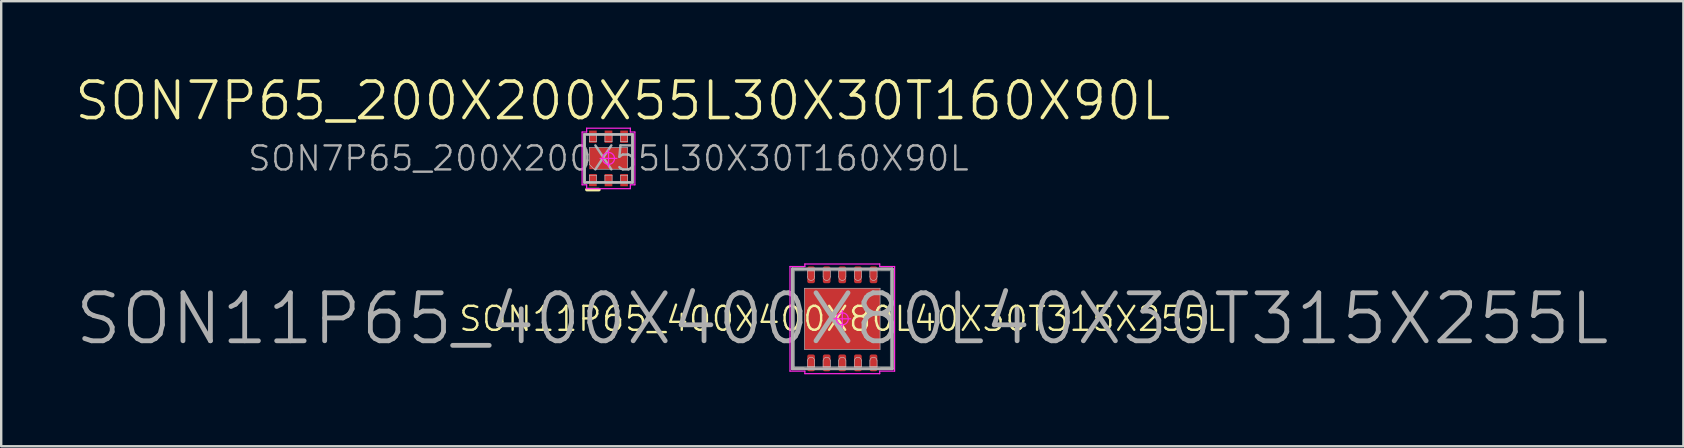
<source format=kicad_pcb>
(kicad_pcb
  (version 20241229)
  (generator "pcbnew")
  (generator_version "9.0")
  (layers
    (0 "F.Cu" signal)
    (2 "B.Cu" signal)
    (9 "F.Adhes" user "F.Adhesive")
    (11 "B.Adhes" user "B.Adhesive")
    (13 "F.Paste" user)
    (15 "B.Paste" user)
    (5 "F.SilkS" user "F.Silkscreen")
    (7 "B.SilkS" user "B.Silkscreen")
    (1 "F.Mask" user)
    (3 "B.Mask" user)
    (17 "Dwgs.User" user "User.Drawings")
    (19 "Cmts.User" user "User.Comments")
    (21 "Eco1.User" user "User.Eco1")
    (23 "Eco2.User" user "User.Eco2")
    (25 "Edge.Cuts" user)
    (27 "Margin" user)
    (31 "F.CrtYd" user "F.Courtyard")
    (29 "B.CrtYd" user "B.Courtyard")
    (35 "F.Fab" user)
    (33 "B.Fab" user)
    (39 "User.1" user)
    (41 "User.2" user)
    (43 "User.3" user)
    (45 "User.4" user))
  (footprint "SON7P65_200X200X55L30X30T160X90L"
    (layer "F.Cu")
    (at 22.309 3.552)
    (property "Reference" "SON7P65_200X200X55L30X30T160X90L" (at 0 0 0) (layer "F.Fab") (effects (font (size 1 1) (thickness 0.1))))
    (attr smd)
    (fp_line (start -1 1) (end -1 -1) (stroke (width 0.1) (type solid)) (layer "F.SilkS"))
    (fp_line (start -0.4 1.3) (end -0.9 1.3) (stroke (width 0.15) (type solid)) (layer "F.SilkS"))
    (fp_line (start 1 1) (end 1 -1) (stroke (width 0.1) (type solid)) (layer "F.SilkS"))
    (fp_line (start -1 -1) (end 1 -1) (stroke (width 0.025) (type solid)) (layer "Dwgs.User"))
    (fp_line (start -1 1) (end -1 -1) (stroke (width 0.025) (type solid)) (layer "Dwgs.User"))
    (fp_line (start -0.8 -1) (end -0.5 -1) (stroke (width 0.025) (type solid)) (layer "Dwgs.User"))
    (fp_line (start -0.8 -0.7) (end -0.8 -1) (stroke (width 0.025) (type solid)) (layer "Dwgs.User"))
    (fp_line (start -0.8 -0.45) (end -0.8 0.25) (stroke (width 0.025) (type solid)) (layer "Dwgs.User"))
    (fp_line (start -0.8 0.25) (end -0.6 0.45) (stroke (width 0.025) (type solid)) (layer "Dwgs.User"))
    (fp_line (start -0.8 0.7) (end -0.5 0.7) (stroke (width 0.025) (type solid)) (layer "Dwgs.User"))
    (fp_line (start -0.8 1) (end -0.8 0.7) (stroke (width 0.025) (type solid)) (layer "Dwgs.User"))
    (fp_line (start -0.6 0.45) (end 0.8 0.45) (stroke (width 0.025) (type solid)) (layer "Dwgs.User"))
    (fp_line (start -0.5 -1) (end -0.5 -0.7) (stroke (width 0.025) (type solid)) (layer "Dwgs.User"))
    (fp_line (start -0.5 -0.7) (end -0.8 -0.7) (stroke (width 0.025) (type solid)) (layer "Dwgs.User"))
    (fp_line (start -0.5 0.7) (end -0.5 1) (stroke (width 0.025) (type solid)) (layer "Dwgs.User"))
    (fp_line (start -0.5 1) (end -0.8 1) (stroke (width 0.025) (type solid)) (layer "Dwgs.User"))
    (fp_line (start -0.15 -1) (end 0.15 -1) (stroke (width 0.025) (type solid)) (layer "Dwgs.User"))
    (fp_line (start -0.15 -0.7) (end -0.15 -1) (stroke (width 0.025) (type solid)) (layer "Dwgs.User"))
    (fp_line (start -0.15 0.7) (end 0.15 0.7) (stroke (width 0.025) (type solid)) (layer "Dwgs.User"))
    (fp_line (start -0.15 1) (end -0.15 0.7) (stroke (width 0.025) (type solid)) (layer "Dwgs.User"))
    (fp_line (start 0.15 -1) (end 0.15 -0.7) (stroke (width 0.025) (type solid)) (layer "Dwgs.User"))
    (fp_line (start 0.15 -0.7) (end -0.15 -0.7) (stroke (width 0.025) (type solid)) (layer "Dwgs.User"))
    (fp_line (start 0.15 0.7) (end 0.15 1) (stroke (width 0.025) (type solid)) (layer "Dwgs.User"))
    (fp_line (start 0.15 1) (end -0.15 1) (stroke (width 0.025) (type solid)) (layer "Dwgs.User"))
    (fp_line (start 0.5 -1) (end 0.8 -1) (stroke (width 0.025) (type solid)) (layer "Dwgs.User"))
    (fp_line (start 0.5 -0.7) (end 0.5 -1) (stroke (width 0.025) (type solid)) (layer "Dwgs.User"))
    (fp_line (start 0.5 0.7) (end 0.8 0.7) (stroke (width 0.025) (type solid)) (layer "Dwgs.User"))
    (fp_line (start 0.5 1) (end 0.5 0.7) (stroke (width 0.025) (type solid)) (layer "Dwgs.User"))
    (fp_line (start 0.8 -1) (end 0.8 -0.7) (stroke (width 0.025) (type solid)) (layer "Dwgs.User"))
    (fp_line (start 0.8 -0.7) (end 0.5 -0.7) (stroke (width 0.025) (type solid)) (layer "Dwgs.User"))
    (fp_line (start 0.8 -0.45) (end -0.8 -0.45) (stroke (width 0.025) (type solid)) (layer "Dwgs.User"))
    (fp_line (start 0.8 0.45) (end 0.8 -0.45) (stroke (width 0.025) (type solid)) (layer "Dwgs.User"))
    (fp_line (start 0.8 0.7) (end 0.8 1) (stroke (width 0.025) (type solid)) (layer "Dwgs.User"))
    (fp_line (start 0.8 1) (end 0.5 1) (stroke (width 0.025) (type solid)) (layer "Dwgs.User"))
    (fp_line (start 1 -1) (end 1 1) (stroke (width 0.025) (type solid)) (layer "Dwgs.User"))
    (fp_line (start 1 1) (end -1 1) (stroke (width 0.025) (type solid)) (layer "Dwgs.User"))
    (fp_line (start -1.1 -1.1) (end -1.1 1.1) (stroke (width 0.05) (type solid)) (layer "F.CrtYd"))
    (fp_line (start -1.1 1.1) (end -0.91 1.1) (stroke (width 0.05) (type solid)) (layer "F.CrtYd"))
    (fp_line (start -0.91 -1.26) (end -0.91 -1.1) (stroke (width 0.05) (type solid)) (layer "F.CrtYd"))
    (fp_line (start -0.91 -1.1) (end -1.1 -1.1) (stroke (width 0.05) (type solid)) (layer "F.CrtYd"))
    (fp_line (start -0.91 1.1) (end -0.91 1.26) (stroke (width 0.05) (type solid)) (layer "F.CrtYd"))
    (fp_line (start -0.91 1.26) (end 0.91 1.26) (stroke (width 0.05) (type solid)) (layer "F.CrtYd"))
    (fp_line (start -0.35 0) (end 0.35 0) (stroke (width 0.05) (type solid)) (layer "F.CrtYd"))
    (fp_line (start 0 -0.35) (end 0 0.35) (stroke (width 0.05) (type solid)) (layer "F.CrtYd"))
    (fp_line (start 0.91 -1.26) (end -0.91 -1.26) (stroke (width 0.05) (type solid)) (layer "F.CrtYd"))
    (fp_line (start 0.91 -1.1) (end 0.91 -1.26) (stroke (width 0.05) (type solid)) (layer "F.CrtYd"))
    (fp_line (start 0.91 1.1) (end 1.1 1.1) (stroke (width 0.05) (type solid)) (layer "F.CrtYd"))
    (fp_line (start 0.91 1.26) (end 0.91 1.1) (stroke (width 0.05) (type solid)) (layer "F.CrtYd"))
    (fp_line (start 1.1 -1.1) (end 0.91 -1.1) (stroke (width 0.05) (type solid)) (layer "F.CrtYd"))
    (fp_line (start 1.1 1.1) (end 1.1 -1.1) (stroke (width 0.05) (type solid)) (layer "F.CrtYd"))
    (fp_circle (center 0 0) (end 0 0.25) (stroke (width 0.05) (type solid)) (fill no) (layer "F.CrtYd"))
    (fp_line (start -1 -1) (end 1 -1) (stroke (width 0.12) (type solid)) (layer "F.Fab"))
    (fp_line (start -1 1) (end -1 -1) (stroke (width 0.12) (type solid)) (layer "F.Fab"))
    (fp_line (start 1 -1) (end 1 1) (stroke (width 0.12) (type solid)) (layer "F.Fab"))
    (fp_line (start 1 1) (end -1 1) (stroke (width 0.12) (type solid)) (layer "F.Fab"))
    (fp_text user "${REFERENCE}" (at 0.6 -2.4 0) (layer "F.SilkS") (effects (font (size 1.52 1.52) (thickness 0.15))))
    (pad "1" smd rect (at -0.65 0.905 90) (size 0.51 0.32) (layers "F.Cu" "F.Mask" "F.Paste"))
    (pad "2" smd rect (at 0 0.905 90) (size 0.51 0.32) (layers "F.Cu" "F.Mask" "F.Paste"))
    (pad "3" smd rect (at 0.65 0.905 90) (size 0.51 0.32) (layers "F.Cu" "F.Mask" "F.Paste"))
    (pad "4" smd rect (at 0.65 -0.905 90) (size 0.51 0.32) (layers "F.Cu" "F.Mask" "F.Paste"))
    (pad "5" smd rect (at 0 -0.905 90) (size 0.51 0.32) (layers "F.Cu" "F.Mask" "F.Paste"))
    (pad "6" smd rect (at -0.65 -0.905 90) (size 0.51 0.32) (layers "F.Cu" "F.Mask" "F.Paste"))
    (pad "7" smd rect (at 0 0 90) (size 0.9 1.6) (layers "F.Cu" "F.Mask" "F.Paste")))
  (footprint "SON11P65_400X400X80L40X30T315X255L"
    (layer "F.Cu")
    (at 32.052 10.237)
    (property "Reference" "SON11P65_400X400X80L40X30T315X255L" (at 0 0 0) (layer "F.SilkS") (effects (font (size 1 1) (thickness 0.1))))
    (attr smd)
    (fp_line (start -2.08 -2.08) (end -1.61 -2.08) (stroke (width 0.1) (type solid)) (layer "F.SilkS"))
    (fp_line (start -2.08 2.08) (end -2.08 -2.08) (stroke (width 0.1) (type solid)) (layer "F.SilkS"))
    (fp_line (start -1.61 2.08) (end -2.08 2.08) (stroke (width 0.1) (type solid)) (layer "F.SilkS"))
    (fp_line (start 1.61 2.08) (end 2.08 2.08) (stroke (width 0.1) (type solid)) (layer "F.SilkS"))
    (fp_line (start 2.08 -2.08) (end 1.61 -2.08) (stroke (width 0.1) (type solid)) (layer "F.SilkS"))
    (fp_line (start 2.08 2.08) (end 2.08 -2.08) (stroke (width 0.1) (type solid)) (layer "F.SilkS"))
    (fp_line (start -2 -2) (end 2 -2) (stroke (width 0.025) (type solid)) (layer "Dwgs.User"))
    (fp_line (start -2 2) (end -2 -2) (stroke (width 0.025) (type solid)) (layer "Dwgs.User"))
    (fp_line (start -1.575 -1.275) (end 1.575 -1.275) (stroke (width 0.025) (type solid)) (layer "Dwgs.User"))
    (fp_line (start -1.575 1.275) (end -1.575 -1.275) (stroke (width 0.025) (type solid)) (layer "Dwgs.User"))
    (fp_line (start -1.45 -2) (end -1.45 -1.75) (stroke (width 0.025) (type solid)) (layer "Dwgs.User"))
    (fp_line (start -1.45 1.75) (end -1.45 2) (stroke (width 0.025) (type solid)) (layer "Dwgs.User"))
    (fp_line (start -1.45 2) (end -1.15 2) (stroke (width 0.025) (type solid)) (layer "Dwgs.User"))
    (fp_line (start -1.15 -2) (end -1.45 -2) (stroke (width 0.025) (type solid)) (layer "Dwgs.User"))
    (fp_line (start -1.15 -1.75) (end -1.15 -2) (stroke (width 0.025) (type solid)) (layer "Dwgs.User"))
    (fp_line (start -1.15 2) (end -1.15 1.75) (stroke (width 0.025) (type solid)) (layer "Dwgs.User"))
    (fp_line (start -0.8 -2) (end -0.8 -1.75) (stroke (width 0.025) (type solid)) (layer "Dwgs.User"))
    (fp_line (start -0.8 1.75) (end -0.8 2) (stroke (width 0.025) (type solid)) (layer "Dwgs.User"))
    (fp_line (start -0.8 2) (end -0.5 2) (stroke (width 0.025) (type solid)) (layer "Dwgs.User"))
    (fp_line (start -0.5 -2) (end -0.8 -2) (stroke (width 0.025) (type solid)) (layer "Dwgs.User"))
    (fp_line (start -0.5 -1.75) (end -0.5 -2) (stroke (width 0.025) (type solid)) (layer "Dwgs.User"))
    (fp_line (start -0.5 2) (end -0.5 1.75) (stroke (width 0.025) (type solid)) (layer "Dwgs.User"))
    (fp_line (start -0.15 -2) (end -0.15 -1.75) (stroke (width 0.025) (type solid)) (layer "Dwgs.User"))
    (fp_line (start -0.15 1.75) (end -0.15 2) (stroke (width 0.025) (type solid)) (layer "Dwgs.User"))
    (fp_line (start -0.15 2) (end 0.15 2) (stroke (width 0.025) (type solid)) (layer "Dwgs.User"))
    (fp_line (start 0.15 -2) (end -0.15 -2) (stroke (width 0.025) (type solid)) (layer "Dwgs.User"))
    (fp_line (start 0.15 -1.75) (end 0.15 -2) (stroke (width 0.025) (type solid)) (layer "Dwgs.User"))
    (fp_line (start 0.15 2) (end 0.15 1.75) (stroke (width 0.025) (type solid)) (layer "Dwgs.User"))
    (fp_line (start 0.5 -2) (end 0.5 -1.75) (stroke (width 0.025) (type solid)) (layer "Dwgs.User"))
    (fp_line (start 0.5 1.75) (end 0.5 2) (stroke (width 0.025) (type solid)) (layer "Dwgs.User"))
    (fp_line (start 0.5 2) (end 0.8 2) (stroke (width 0.025) (type solid)) (layer "Dwgs.User"))
    (fp_line (start 0.8 -2) (end 0.5 -2) (stroke (width 0.025) (type solid)) (layer "Dwgs.User"))
    (fp_line (start 0.8 -1.75) (end 0.8 -2) (stroke (width 0.025) (type solid)) (layer "Dwgs.User"))
    (fp_line (start 0.8 2) (end 0.8 1.75) (stroke (width 0.025) (type solid)) (layer "Dwgs.User"))
    (fp_line (start 1.15 -2) (end 1.15 -1.75) (stroke (width 0.025) (type solid)) (layer "Dwgs.User"))
    (fp_line (start 1.15 1.75) (end 1.15 2) (stroke (width 0.025) (type solid)) (layer "Dwgs.User"))
    (fp_line (start 1.15 2) (end 1.45 2) (stroke (width 0.025) (type solid)) (layer "Dwgs.User"))
    (fp_line (start 1.45 -2) (end 1.15 -2) (stroke (width 0.025) (type solid)) (layer "Dwgs.User"))
    (fp_line (start 1.45 -1.75) (end 1.45 -2) (stroke (width 0.025) (type solid)) (layer "Dwgs.User"))
    (fp_line (start 1.45 2) (end 1.45 1.75) (stroke (width 0.025) (type solid)) (layer "Dwgs.User"))
    (fp_line (start 1.575 -1.275) (end 1.575 1.275) (stroke (width 0.025) (type solid)) (layer "Dwgs.User"))
    (fp_line (start 1.575 1.275) (end -1.575 1.275) (stroke (width 0.025) (type solid)) (layer "Dwgs.User"))
    (fp_line (start 2 -2) (end 2 2) (stroke (width 0.025) (type solid)) (layer "Dwgs.User"))
    (fp_line (start 2 2) (end -2 2) (stroke (width 0.025) (type solid)) (layer "Dwgs.User"))
    (fp_arc (start -1.45 1.75) (mid -1.3 1.6) (end -1.15 1.75) (stroke (width 0.025) (type solid)) (layer "Dwgs.User"))
    (fp_arc (start -1.15 -1.75) (mid -1.3 -1.6) (end -1.45 -1.75) (stroke (width 0.025) (type solid)) (layer "Dwgs.User"))
    (fp_arc (start -0.8 1.75) (mid -0.65 1.6) (end -0.5 1.75) (stroke (width 0.025) (type solid)) (layer "Dwgs.User"))
    (fp_arc (start -0.5 -1.75) (mid -0.65 -1.6) (end -0.8 -1.75) (stroke (width 0.025) (type solid)) (layer "Dwgs.User"))
    (fp_arc (start -0.15 1.75) (mid 0 1.6) (end 0.15 1.75) (stroke (width 0.025) (type solid)) (layer "Dwgs.User"))
    (fp_arc (start 0.15 -1.75) (mid 0 -1.6) (end -0.15 -1.75) (stroke (width 0.025) (type solid)) (layer "Dwgs.User"))
    (fp_arc (start 0.5 1.75) (mid 0.65 1.6) (end 0.8 1.75) (stroke (width 0.025) (type solid)) (layer "Dwgs.User"))
    (fp_arc (start 0.8 -1.75) (mid 0.65 -1.6) (end 0.5 -1.75) (stroke (width 0.025) (type solid)) (layer "Dwgs.User"))
    (fp_arc (start 1.15 1.75) (mid 1.3 1.6) (end 1.45 1.75) (stroke (width 0.025) (type solid)) (layer "Dwgs.User"))
    (fp_arc (start 1.45 -1.75) (mid 1.3 -1.6) (end 1.15 -1.75) (stroke (width 0.025) (type solid)) (layer "Dwgs.User"))
    (fp_line (start -2.18 -2.18) (end -2.18 2.18) (stroke (width 0.05) (type solid)) (layer "F.CrtYd"))
    (fp_line (start -2.18 2.18) (end -1.56 2.18) (stroke (width 0.05) (type solid)) (layer "F.CrtYd"))
    (fp_line (start -1.56 -2.285) (end -1.56 -2.18) (stroke (width 0.05) (type solid)) (layer "F.CrtYd"))
    (fp_line (start -1.56 -2.18) (end -2.18 -2.18) (stroke (width 0.05) (type solid)) (layer "F.CrtYd"))
    (fp_line (start -1.56 2.18) (end -1.56 2.285) (stroke (width 0.05) (type solid)) (layer "F.CrtYd"))
    (fp_line (start -1.56 2.285) (end 1.56 2.285) (stroke (width 0.05) (type solid)) (layer "F.CrtYd"))
    (fp_line (start -0.35 0) (end 0.35 0) (stroke (width 0.05) (type solid)) (layer "F.CrtYd"))
    (fp_line (start 0 -0.35) (end 0 0.35) (stroke (width 0.05) (type solid)) (layer "F.CrtYd"))
    (fp_line (start 1.56 -2.285) (end -1.56 -2.285) (stroke (width 0.05) (type solid)) (layer "F.CrtYd"))
    (fp_line (start 1.56 -2.18) (end 1.56 -2.285) (stroke (width 0.05) (type solid)) (layer "F.CrtYd"))
    (fp_line (start 1.56 2.18) (end 2.18 2.18) (stroke (width 0.05) (type solid)) (layer "F.CrtYd"))
    (fp_line (start 1.56 2.285) (end 1.56 2.18) (stroke (width 0.05) (type solid)) (layer "F.CrtYd"))
    (fp_line (start 2.18 -2.18) (end 1.56 -2.18) (stroke (width 0.05) (type solid)) (layer "F.CrtYd"))
    (fp_line (start 2.18 2.18) (end 2.18 -2.18) (stroke (width 0.05) (type solid)) (layer "F.CrtYd"))
    (fp_circle (center 0 0) (end 0 0.25) (stroke (width 0.05) (type solid)) (fill no) (layer "F.CrtYd"))
    (fp_line (start -2.08 -2.08) (end 2.08 -2.08) (stroke (width 0.12) (type solid)) (layer "F.Fab"))
    (fp_line (start -2.08 2.08) (end -2.08 -2.08) (stroke (width 0.12) (type solid)) (layer "F.Fab"))
    (fp_line (start 2.08 -2.08) (end 2.08 2.08) (stroke (width 0.12) (type solid)) (layer "F.Fab"))
    (fp_line (start 2.08 2.08) (end -2.08 2.08) (stroke (width 0.12) (type solid)) (layer "F.Fab"))
    (fp_text user "${REFERENCE}" (at 0 0 0) (layer "F.Fab") (effects (font (size 2 2) (thickness 0.2))))
    (pad "" smd rect (at -0.785 -0.635 90) (size 0.9 1.2) (layers "F.Paste"))
    (pad "" smd rect (at -0.785 0.635 90) (size 0.9 1.2) (layers "F.Paste"))
    (pad "" smd rect (at 0.785 -0.635 90) (size 0.9 1.2) (layers "F.Paste"))
    (pad "" smd rect (at 0.785 0.635 90) (size 0.9 1.2) (layers "F.Paste"))
    (pad "1" smd roundrect (at -1.3 1.835 90) (size 0.7 0.32) (layers "F.Cu" "F.Mask" "F.Paste") (roundrect_rratio 0.25))
    (pad "2" smd roundrect (at -0.65 1.835 90) (size 0.7 0.32) (layers "F.Cu" "F.Mask" "F.Paste") (roundrect_rratio 0.25))
    (pad "3" smd roundrect (at 0 1.835 90) (size 0.7 0.32) (layers "F.Cu" "F.Mask" "F.Paste") (roundrect_rratio 0.25))
    (pad "4" smd roundrect (at 0.65 1.835 90) (size 0.7 0.32) (layers "F.Cu" "F.Mask" "F.Paste") (roundrect_rratio 0.25))
    (pad "5" smd roundrect (at 1.3 1.835 90) (size 0.7 0.32) (layers "F.Cu" "F.Mask" "F.Paste") (roundrect_rratio 0.25))
    (pad "6" smd roundrect (at 1.3 -1.835 90) (size 0.7 0.32) (layers "F.Cu" "F.Mask" "F.Paste") (roundrect_rratio 0.25))
    (pad "7" smd roundrect (at 0.65 -1.835 90) (size 0.7 0.32) (layers "F.Cu" "F.Mask" "F.Paste") (roundrect_rratio 0.25))
    (pad "8" smd roundrect (at 0 -1.835 90) (size 0.7 0.32) (layers "F.Cu" "F.Mask" "F.Paste") (roundrect_rratio 0.25))
    (pad "9" smd roundrect (at -0.65 -1.835 90) (size 0.7 0.32) (layers "F.Cu" "F.Mask" "F.Paste") (roundrect_rratio 0.25))
    (pad "10" smd roundrect (at -1.3 -1.835 90) (size 0.7 0.32) (layers "F.Cu" "F.Mask" "F.Paste") (roundrect_rratio 0.25))
    (pad "11" smd rect (at 0 0 90) (size 2.55 3.15) (layers "F.Cu" "F.Mask")))
  (gr_rect
    (start -3 -3)
    (end 67.105 15.547)
    (stroke (width 0.1) (type default))
    (fill no)
    (layer "Edge.Cuts")))
</source>
